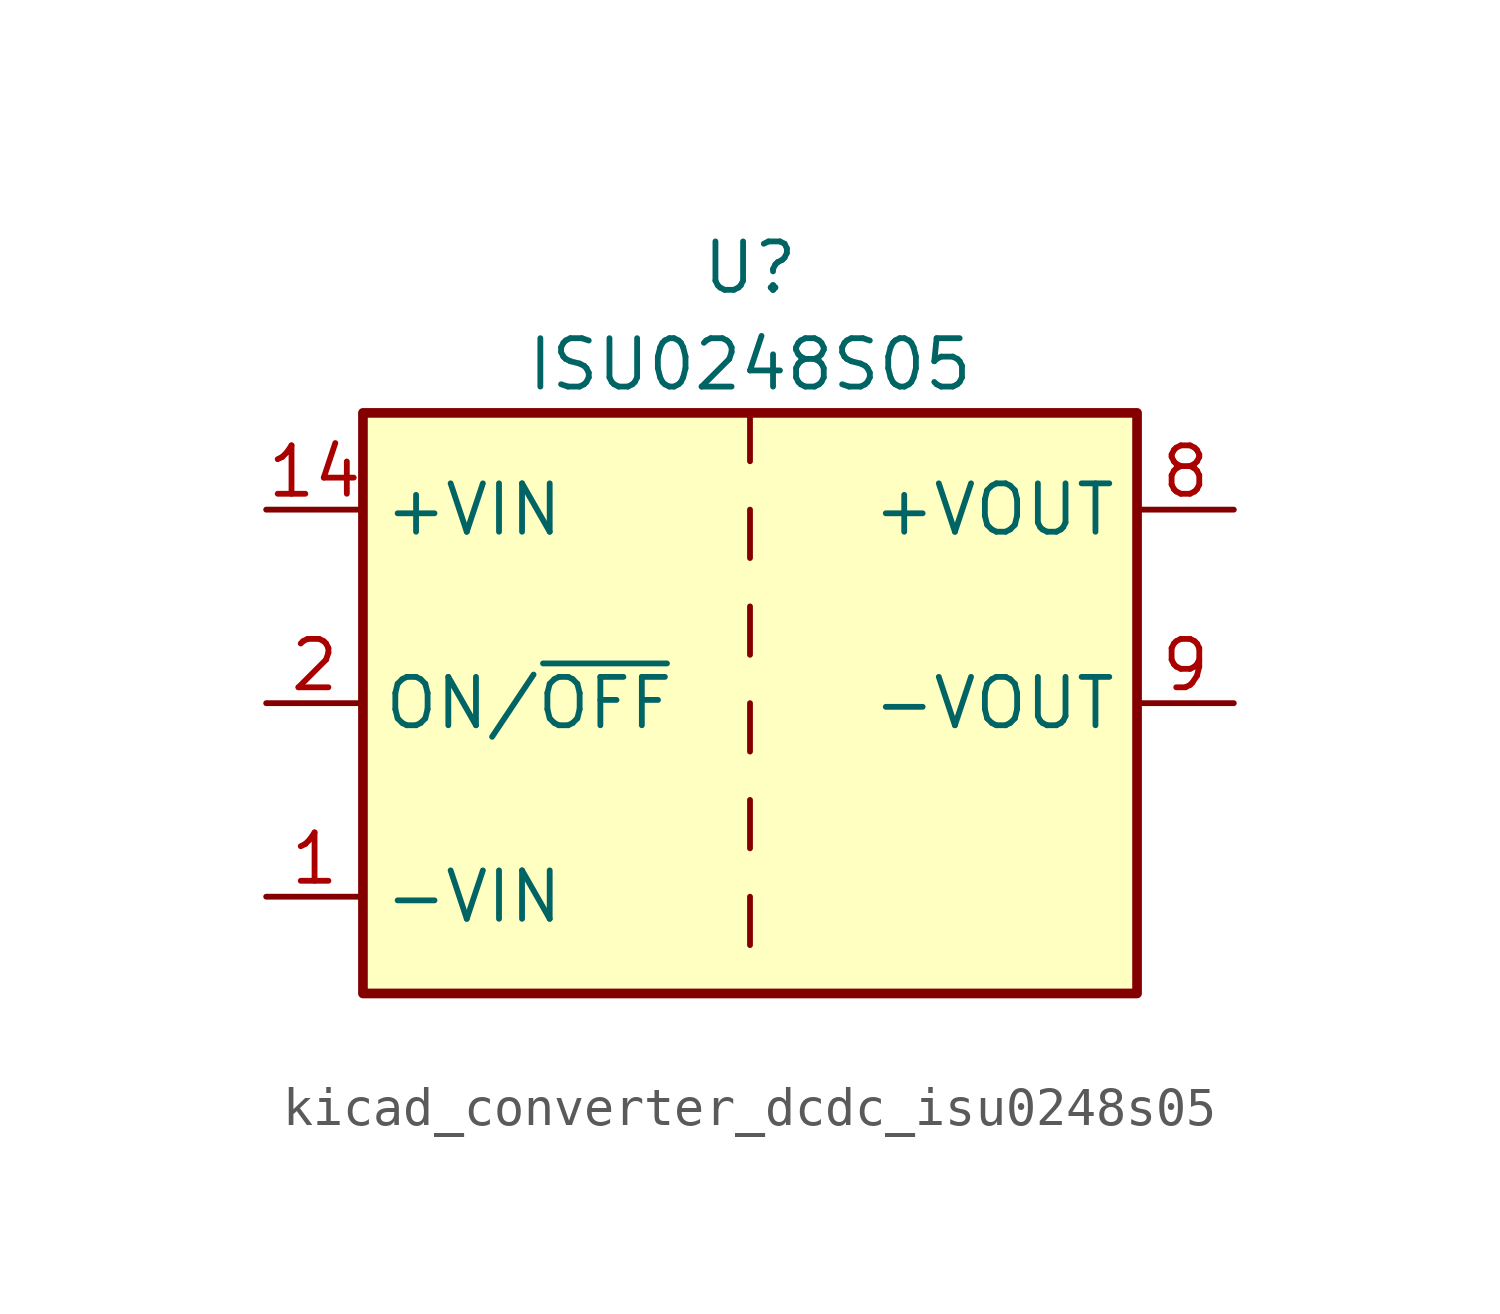
<source format=kicad_sym>
(kicad_symbol_lib
  (version 20220914)
  (generator kicad_symbol_editor)
  (symbol "kicad_converter_dcdc_isu0248s05"
    (property "Reference" "U"
      (at 0 11.43 0)
      (effects (font (size 1.27 1.27))))
    (property "Value" "ISU0248S05"
      (at 0 8.89 0)
      (effects (font (size 1.27 1.27))))
    (symbol "kicad_converter_dcdc_isu0248s05_0_1"
      (rectangle (start -10.16 7.62) (end 10.16 -7.62) (stroke (width 0.254) (type default)) (fill (type background)))
      (polyline (pts (xy 0 -5.08) (xy 0 -6.35)) (stroke (width 0) (type default)) (fill (type none)))
      (polyline (pts (xy 0 -2.54) (xy 0 -3.81)) (stroke (width 0) (type default)) (fill (type none)))
      (polyline (pts (xy 0 0) (xy 0 -1.27)) (stroke (width 0) (type default)) (fill (type none)))
      (polyline (pts (xy 0 2.54) (xy 0 1.27)) (stroke (width 0) (type default)) (fill (type none)))
      (polyline (pts (xy 0 5.08) (xy 0 3.81)) (stroke (width 0) (type default)) (fill (type none)))
      (polyline (pts (xy 0 7.62) (xy 0 6.35)) (stroke (width 0) (type default)) (fill (type none))))
    (symbol "kicad_converter_dcdc_isu0248s05_1_1"
      (pin power_in line (at -12.7 -5.08 0) (length 2.54) (name "-VIN" (effects (font (size 1.27 1.27)))) (number "1" (effects (font (size 1.27 1.27)))))
      (pin power_in line (at -12.7 5.08 0) (length 2.54) (name "+VIN" (effects (font (size 1.27 1.27)))) (number "14" (effects (font (size 1.27 1.27)))))
      (pin input line (at -12.7 0 0) (length 2.54) (name "ON/~{OFF}" (effects (font (size 1.27 1.27)))) (number "2" (effects (font (size 1.27 1.27)))))
      (pin no_connect line (at 10.16 -2.54 180) (length 2.54) hide (name "NC" (effects (font (size 1.27 1.27)))) (number "6" (effects (font (size 1.27 1.27)))))
      (pin no_connect line (at 10.16 -5.08 180) (length 2.54) hide (name "NC" (effects (font (size 1.27 1.27)))) (number "7" (effects (font (size 1.27 1.27)))))
      (pin power_out line (at 12.7 5.08 180) (length 2.54) (name "+VOUT" (effects (font (size 1.27 1.27)))) (number "8" (effects (font (size 1.27 1.27)))))
      (pin power_out line (at 12.7 0 180) (length 2.54) (name "-VOUT" (effects (font (size 1.27 1.27)))) (number "9" (effects (font (size 1.27 1.27))))))))
</source>
